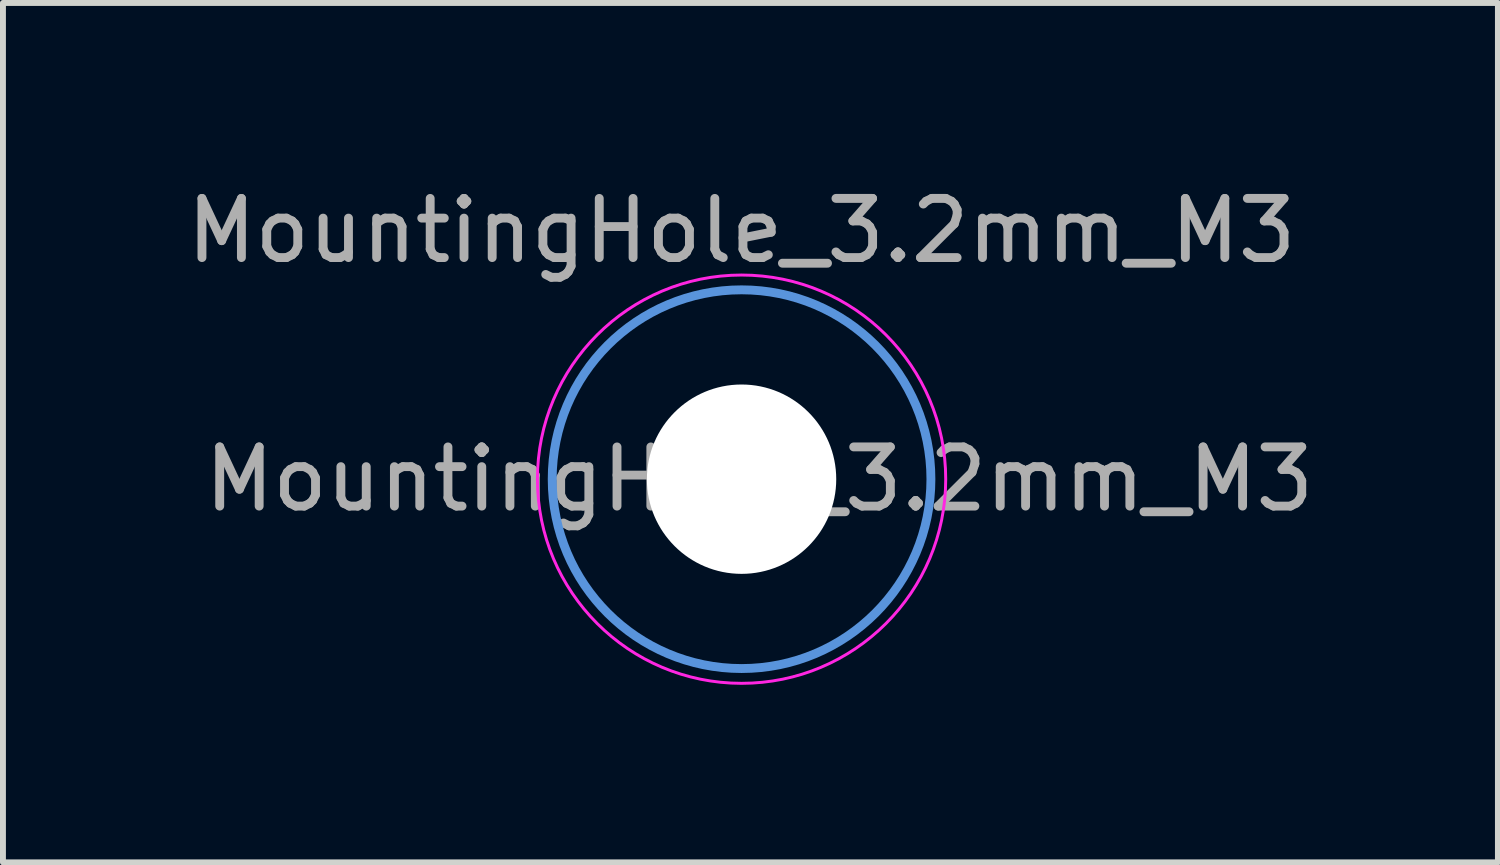
<source format=kicad_pcb>
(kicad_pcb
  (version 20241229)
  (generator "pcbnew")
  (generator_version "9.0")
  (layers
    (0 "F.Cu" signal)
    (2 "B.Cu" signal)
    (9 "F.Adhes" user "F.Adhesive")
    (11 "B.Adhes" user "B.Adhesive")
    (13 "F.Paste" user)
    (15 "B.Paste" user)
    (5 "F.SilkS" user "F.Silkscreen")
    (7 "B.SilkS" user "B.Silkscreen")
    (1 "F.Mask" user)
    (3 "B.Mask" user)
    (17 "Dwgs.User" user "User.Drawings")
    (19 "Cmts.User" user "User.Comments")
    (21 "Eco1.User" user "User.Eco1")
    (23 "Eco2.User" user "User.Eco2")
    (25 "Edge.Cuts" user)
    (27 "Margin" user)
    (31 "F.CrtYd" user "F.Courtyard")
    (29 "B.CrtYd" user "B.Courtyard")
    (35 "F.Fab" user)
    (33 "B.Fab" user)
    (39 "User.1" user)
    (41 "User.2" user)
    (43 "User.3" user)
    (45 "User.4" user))
  (footprint "MountingHole_3.2mm_M3"
    (layer "F.Cu")
    (at 9.482 5.048)
    (property "Reference" "MountingHole_3.2mm_M3" (at 0 -4.2 0) (layer "F.Fab") (effects (font (size 1 1) (thickness 0.15))))
    (attr exclude_from_pos_files exclude_from_bom)
    (fp_circle (center 0 0) (end 3.2 0) (stroke (width 0.15) (type solid)) (fill no) (layer "Cmts.User"))
    (fp_circle (center 0 0) (end 3.45 0) (stroke (width 0.05) (type solid)) (fill no) (layer "F.CrtYd"))
    (fp_text user "${REFERENCE}" (at 0.3 0 0) (layer "F.Fab") (effects (font (size 1 1) (thickness 0.15))))
    (pad "" np_thru_hole circle (at 0 0) (size 3.2 3.2) (drill 3.2) (layers "*.Cu" "*.Mask")))
  (gr_rect
    (start -3 -3)
    (end 22.264 11.523)
    (stroke (width 0.1) (type default))
    (fill no)
    (layer "Edge.Cuts")))
</source>
